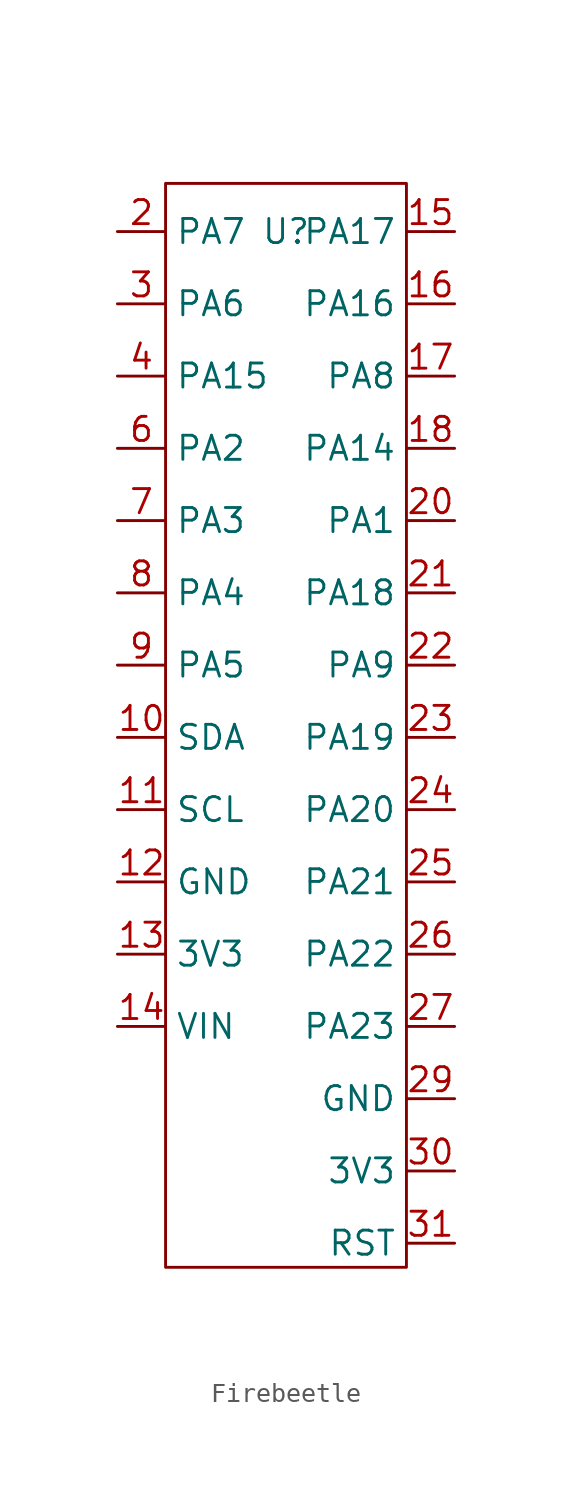
<source format=kicad_sym>
(kicad_symbol_lib
  (version 20231120)
  (generator "kicad_symbol_editor")
  (generator_version "8.0")
  (symbol "Firebeetle"
    (property "Reference" "U"
      (at 0 0 0)
      (effects (font (size 1.27 1.27))))
    (property "Value" ""
      (at 0 0 0)
      (effects (font (size 1.27 1.27))))
    (symbol "Firebeetle_0_1"
      (rectangle (start -6.35 2.54) (end 6.35 -54.61) (stroke (width 0) (type default)) (fill (type none))))
    (symbol "Firebeetle_1_1"
      (pin bidirectional line (at -8.89 -26.67 0) (length 2.54) (name "SDA" (effects (font (size 1.27 1.27)))) (number "10" (effects (font (size 1.27 1.27)))))
      (pin bidirectional line (at -8.89 -30.48 0) (length 2.54) (name "SCL" (effects (font (size 1.27 1.27)))) (number "11" (effects (font (size 1.27 1.27)))))
      (pin power_in line (at -8.89 -34.29 0) (length 2.54) (name "GND" (effects (font (size 1.27 1.27)))) (number "12" (effects (font (size 1.27 1.27)))))
      (pin power_out line (at -8.89 -38.1 0) (length 2.54) (name "3V3" (effects (font (size 1.27 1.27)))) (number "13" (effects (font (size 1.27 1.27)))))
      (pin power_in line (at -8.89 -41.91 0) (length 2.54) (name "VIN" (effects (font (size 1.27 1.27)))) (number "14" (effects (font (size 1.27 1.27)))))
      (pin bidirectional line (at 8.89 0 180) (length 2.54) (name "PA17" (effects (font (size 1.27 1.27)))) (number "15" (effects (font (size 1.27 1.27)))))
      (pin bidirectional line (at 8.89 -3.81 180) (length 2.54) (name "PA16" (effects (font (size 1.27 1.27)))) (number "16" (effects (font (size 1.27 1.27)))))
      (pin bidirectional line (at 8.89 -7.62 180) (length 2.54) (name "PA8" (effects (font (size 1.27 1.27)))) (number "17" (effects (font (size 1.27 1.27)))))
      (pin bidirectional line (at 8.89 -11.43 180) (length 2.54) (name "PA14" (effects (font (size 1.27 1.27)))) (number "18" (effects (font (size 1.27 1.27)))))
      (pin bidirectional line (at -8.89 0 0) (length 2.54) (name "PA7" (effects (font (size 1.27 1.27)))) (number "2" (effects (font (size 1.27 1.27)))))
      (pin bidirectional line (at 8.89 -15.24 180) (length 2.54) (name "PA1" (effects (font (size 1.27 1.27)))) (number "20" (effects (font (size 1.27 1.27)))))
      (pin bidirectional line (at 8.89 -19.05 180) (length 2.54) (name "PA18" (effects (font (size 1.27 1.27)))) (number "21" (effects (font (size 1.27 1.27)))))
      (pin bidirectional line (at 8.89 -22.86 180) (length 2.54) (name "PA9" (effects (font (size 1.27 1.27)))) (number "22" (effects (font (size 1.27 1.27)))))
      (pin bidirectional line (at 8.89 -26.67 180) (length 2.54) (name "PA19" (effects (font (size 1.27 1.27)))) (number "23" (effects (font (size 1.27 1.27)))))
      (pin bidirectional line (at 8.89 -30.48 180) (length 2.54) (name "PA20" (effects (font (size 1.27 1.27)))) (number "24" (effects (font (size 1.27 1.27)))))
      (pin bidirectional line (at 8.89 -34.29 180) (length 2.54) (name "PA21" (effects (font (size 1.27 1.27)))) (number "25" (effects (font (size 1.27 1.27)))))
      (pin bidirectional line (at 8.89 -38.1 180) (length 2.54) (name "PA22" (effects (font (size 1.27 1.27)))) (number "26" (effects (font (size 1.27 1.27)))))
      (pin bidirectional line (at 8.89 -41.91 180) (length 2.54) (name "PA23" (effects (font (size 1.27 1.27)))) (number "27" (effects (font (size 1.27 1.27)))))
      (pin power_in line (at 8.89 -45.72 180) (length 2.54) (name "GND" (effects (font (size 1.27 1.27)))) (number "29" (effects (font (size 1.27 1.27)))))
      (pin bidirectional line (at -8.89 -3.81 0) (length 2.54) (name "PA6" (effects (font (size 1.27 1.27)))) (number "3" (effects (font (size 1.27 1.27)))))
      (pin power_out line (at 8.89 -49.53 180) (length 2.54) (name "3V3" (effects (font (size 1.27 1.27)))) (number "30" (effects (font (size 1.27 1.27)))))
      (pin bidirectional line (at 8.89 -53.34 180) (length 2.54) (name "RST" (effects (font (size 1.27 1.27)))) (number "31" (effects (font (size 1.27 1.27)))))
      (pin bidirectional line (at -8.89 -7.62 0) (length 2.54) (name "PA15" (effects (font (size 1.27 1.27)))) (number "4" (effects (font (size 1.27 1.27)))))
      (pin bidirectional line (at -8.89 -11.43 0) (length 2.54) (name "PA2" (effects (font (size 1.27 1.27)))) (number "6" (effects (font (size 1.27 1.27)))))
      (pin bidirectional line (at -8.89 -15.24 0) (length 2.54) (name "PA3" (effects (font (size 1.27 1.27)))) (number "7" (effects (font (size 1.27 1.27)))))
      (pin bidirectional line (at -8.89 -19.05 0) (length 2.54) (name "PA4" (effects (font (size 1.27 1.27)))) (number "8" (effects (font (size 1.27 1.27)))))
      (pin bidirectional line (at -8.89 -22.86 0) (length 2.54) (name "PA5" (effects (font (size 1.27 1.27)))) (number "9" (effects (font (size 1.27 1.27))))))))
</source>
